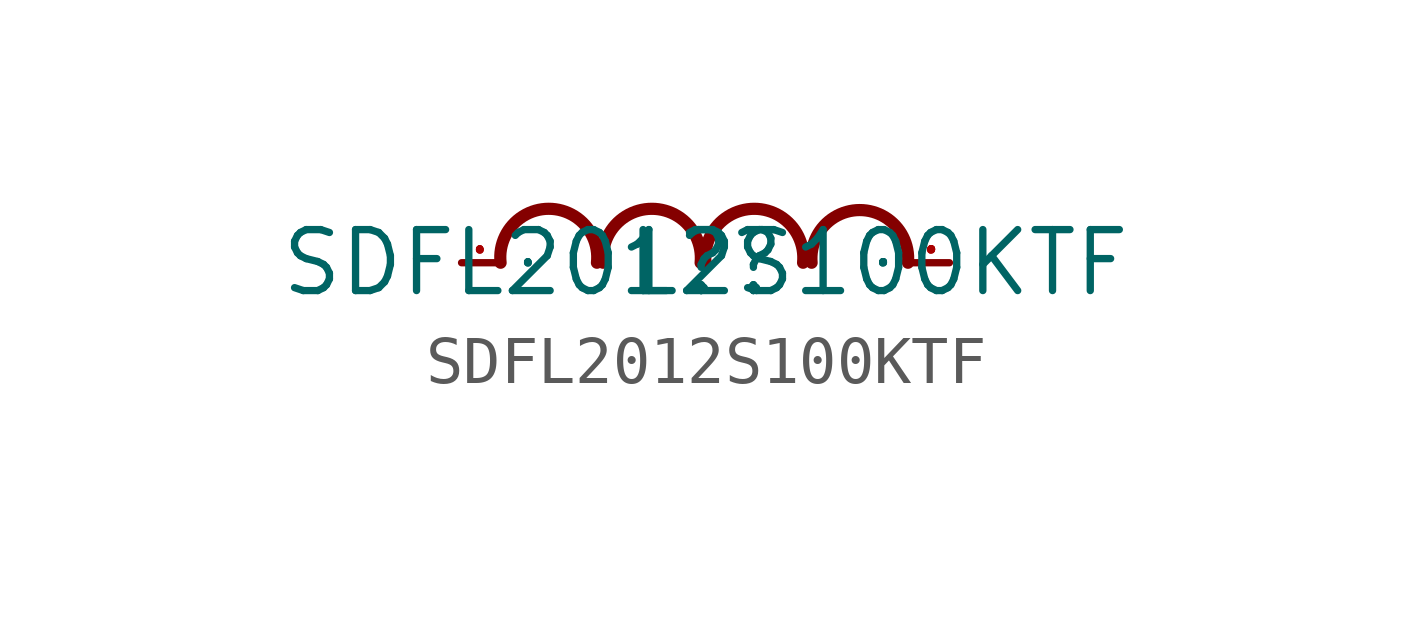
<source format=kicad_sym>
(kicad_symbol_lib
  (version 20241209)
  (generator "kicad_symbol_editor")
  (generator_version "9.0")
  (symbol "SDFL2012S100KTF"
    (property "Reference" "L?"
      (at 0 0 0)
      (effects (font (size 1.27 1.27))))
    (property "Value" "SDFL2012S100KTF"
      (at 0 0 0)
      (effects (font (size 1.27 1.27))))
    (symbol "SDFL2012S100KTF_0_0"
      (arc (start -4.2672 0) (mid -3.2499 1.1227) (end -2.2606 0) (stroke (width 0.254) (type solid)) (fill (type none)))
      (arc (start -2.1336 0) (mid -1.1176 1.1227) (end -0.1016 0) (stroke (width 0.254) (type solid)) (fill (type none)))
      (arc (start 0 0) (mid 1.016 1.1227) (end 2.032 0) (stroke (width 0.254) (type solid)) (fill (type none)))
      (arc (start 2.2098 0) (mid 3.1991 1.0974) (end 4.2164 0) (stroke (width 0.254) (type solid)) (fill (type none)))
      (pin unspecified line (at -5.08 0 0) (length 0.762) (name "1" (effects (font (size 0.025 0.025)))) (number "1" (effects (font (size 0.025 0.025)))))
      (pin unspecified line (at 5.08 0 180) (length 0.762) (name "2" (effects (font (size 0.025 0.025)))) (number "2" (effects (font (size 0.025 0.025))))))))
</source>
